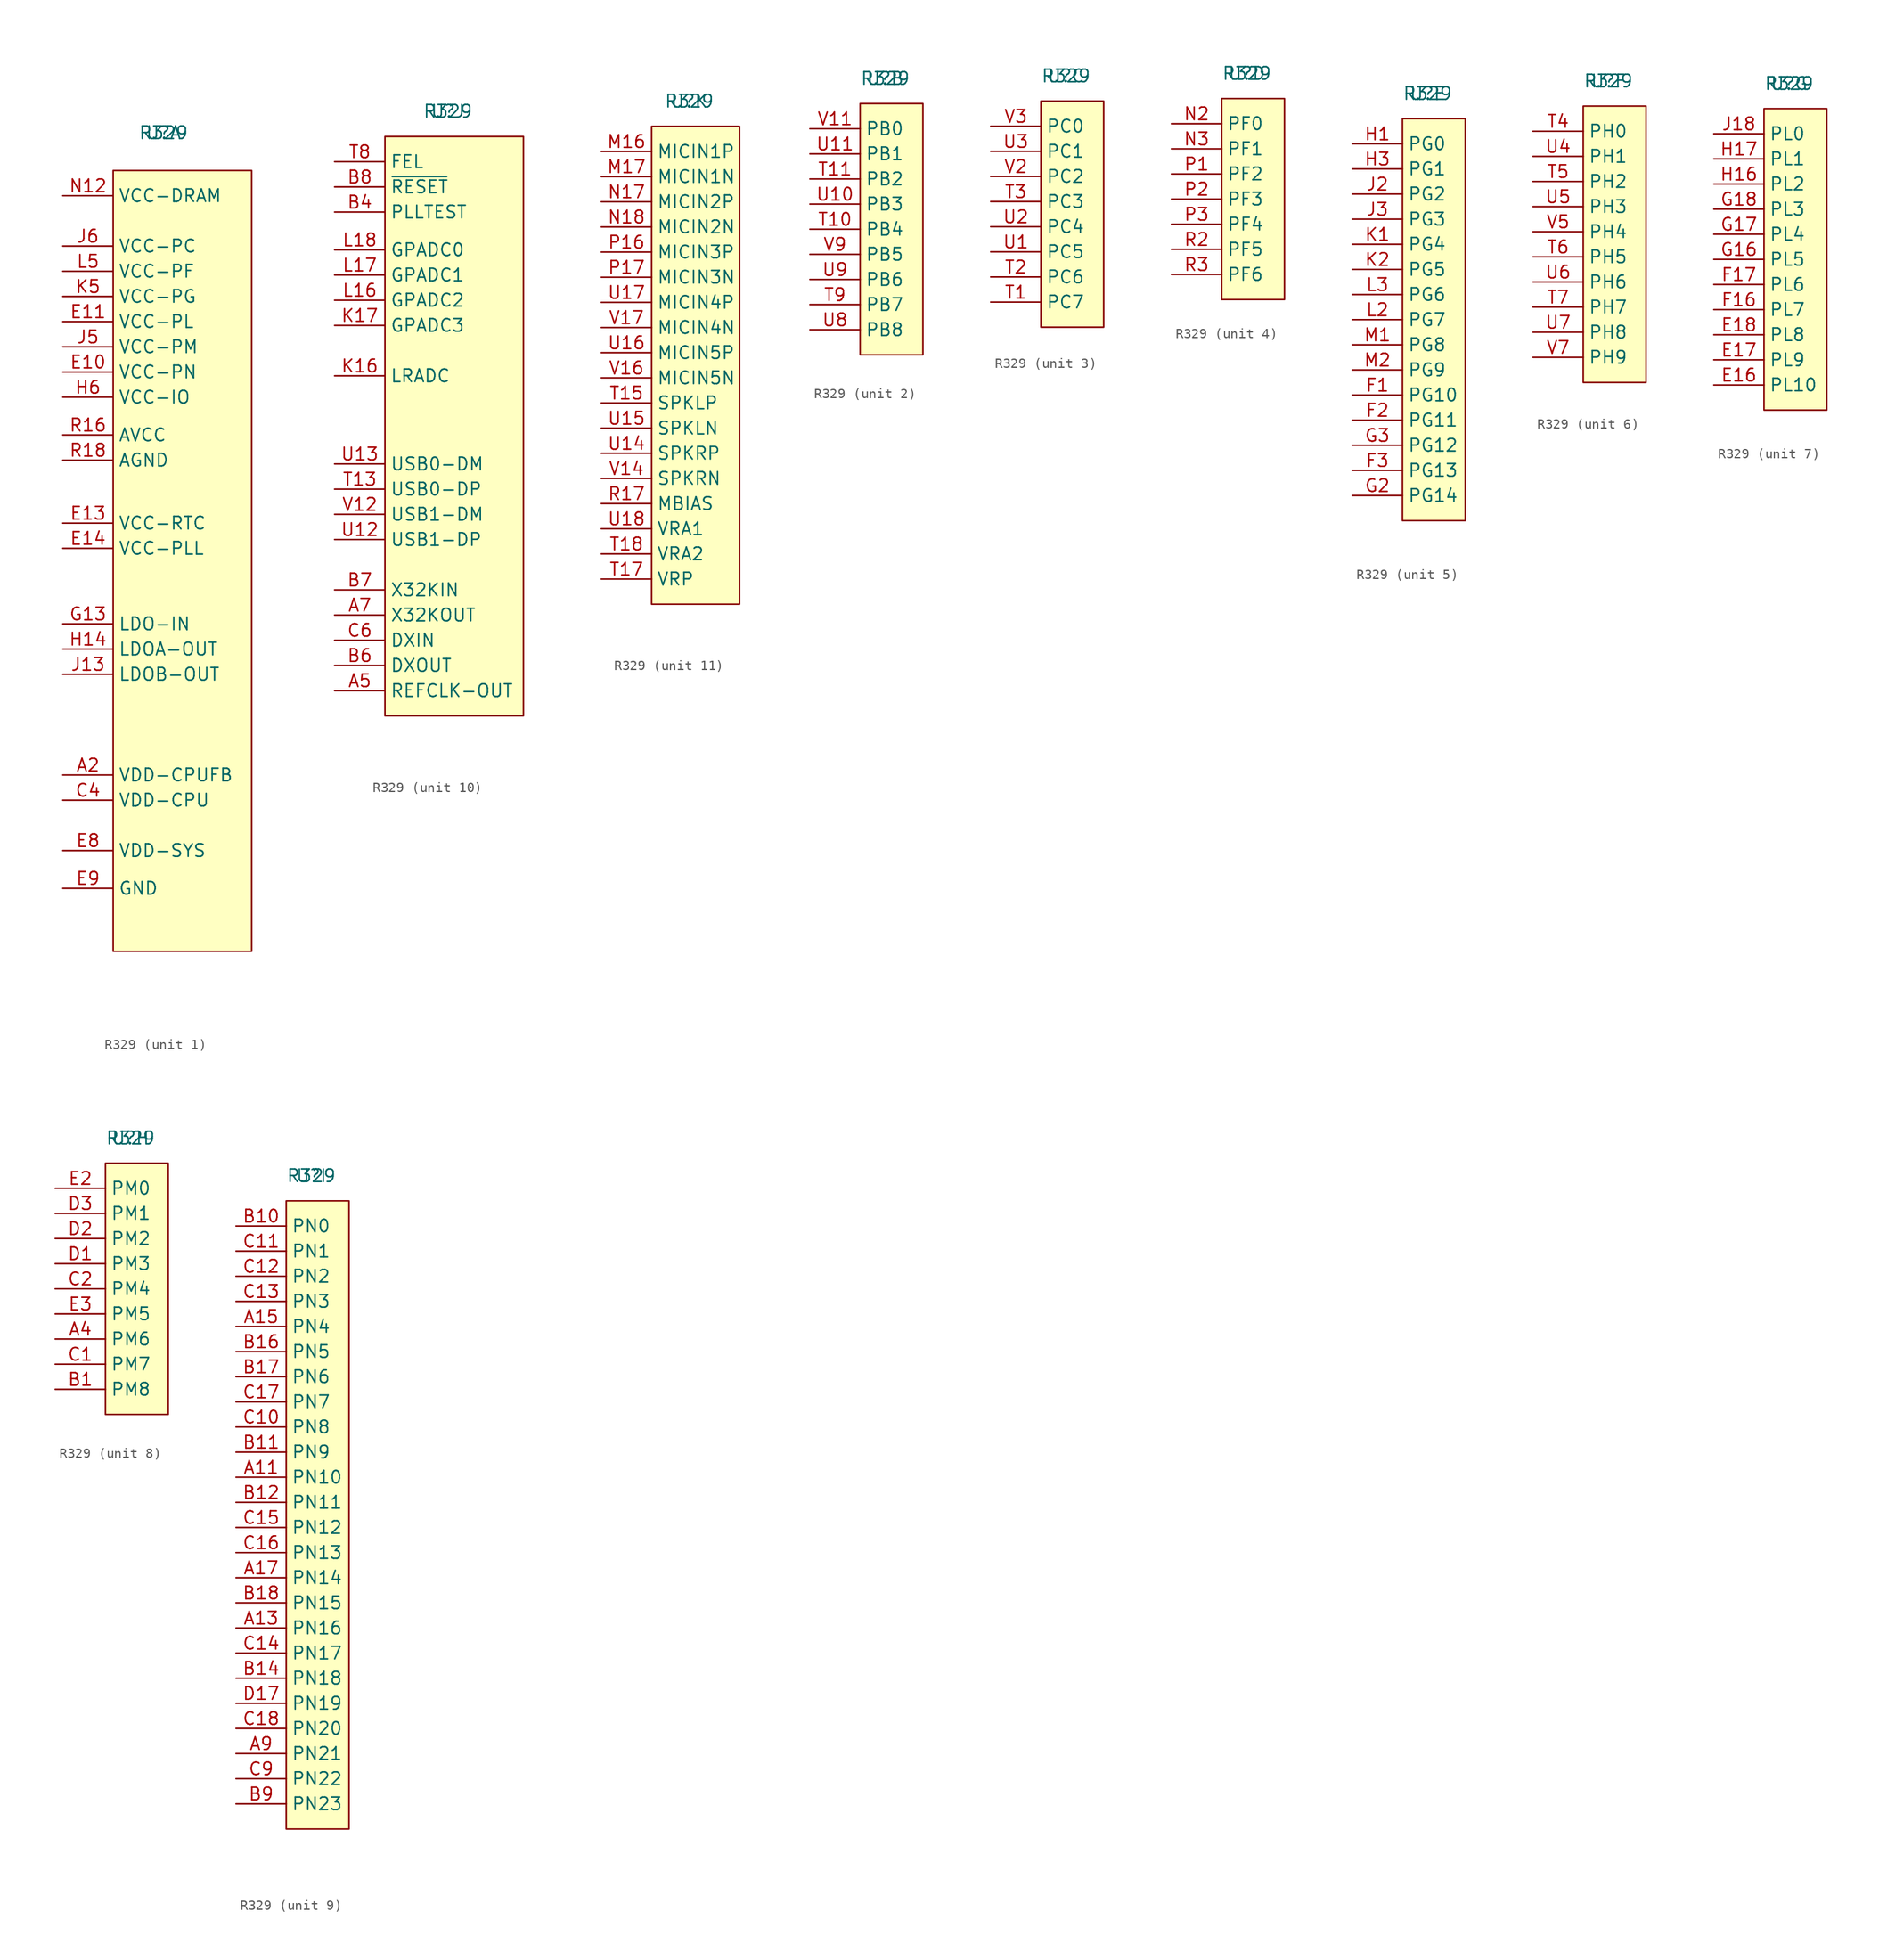
<source format=kicad_sym>
(kicad_symbol_lib
  (version 20211014)
  (generator kicad_symbol_editor)
  (symbol "R329"
    (property "Reference" "U"
      (at 0 2.54 0)
      (effects (font (size 1.27 1.27))))
    (property "Value" "R329"
      (at 0 2.54 0)
      (effects (font (size 1.27 1.27))))
    (property "ki_locked" ""
      (at 0 0 0)
      (effects (font (size 1.27 1.27))))
    (symbol "R329_1_1"
      (rectangle (start -5.08 -1.27) (end 8.89 -80.01) (stroke (width 0.152) (type default) (color 0 0 0 0)) (fill (type background)))
      (pin passive line (at -10.16 -76.2 0) (length 5.08) hide (name "GND" (effects (font (size 1.27 1.27)))) (number "A1" (effects (font (size 1.27 1.27)))))
      (pin passive line (at -10.16 -76.2 0) (length 5.08) hide (name "GND" (effects (font (size 1.27 1.27)))) (number "A18" (effects (font (size 1.27 1.27)))))
      (pin passive line (at -10.16 -62.23 0) (length 5.08) (name "VDD-CPUFB" (effects (font (size 1.27 1.27)))) (number "A2" (effects (font (size 1.27 1.27)))))
      (pin passive line (at -10.16 -64.77 0) (length 5.08) hide (name "VDD-CPU" (effects (font (size 1.27 1.27)))) (number "A3" (effects (font (size 1.27 1.27)))))
      (pin passive line (at -10.16 -76.2 0) (length 5.08) hide (name "GND" (effects (font (size 1.27 1.27)))) (number "B13" (effects (font (size 1.27 1.27)))))
      (pin passive line (at -10.16 -76.2 0) (length 5.08) hide (name "GND" (effects (font (size 1.27 1.27)))) (number "B15" (effects (font (size 1.27 1.27)))))
      (pin passive line (at -10.16 -76.2 0) (length 5.08) hide (name "GND" (effects (font (size 1.27 1.27)))) (number "B2" (effects (font (size 1.27 1.27)))))
      (pin passive line (at -10.16 -64.77 0) (length 5.08) hide (name "VDD-CPU" (effects (font (size 1.27 1.27)))) (number "B3" (effects (font (size 1.27 1.27)))))
      (pin passive line (at -10.16 -76.2 0) (length 5.08) hide (name "GND" (effects (font (size 1.27 1.27)))) (number "B5" (effects (font (size 1.27 1.27)))))
      (pin passive line (at -10.16 -64.77 0) (length 5.08) hide (name "VDD-CPU" (effects (font (size 1.27 1.27)))) (number "C3" (effects (font (size 1.27 1.27)))))
      (pin passive line (at -10.16 -64.77 0) (length 5.08) (name "VDD-CPU" (effects (font (size 1.27 1.27)))) (number "C4" (effects (font (size 1.27 1.27)))))
      (pin passive line (at -10.16 -76.2 0) (length 5.08) hide (name "GND" (effects (font (size 1.27 1.27)))) (number "C5" (effects (font (size 1.27 1.27)))))
      (pin passive line (at -10.16 -76.2 0) (length 5.08) hide (name "GND" (effects (font (size 1.27 1.27)))) (number "C7" (effects (font (size 1.27 1.27)))))
      (pin passive line (at -10.16 -76.2 0) (length 5.08) hide (name "GND" (effects (font (size 1.27 1.27)))) (number "C8" (effects (font (size 1.27 1.27)))))
      (pin passive line (at -10.16 -76.2 0) (length 5.08) hide (name "GND" (effects (font (size 1.27 1.27)))) (number "D16" (effects (font (size 1.27 1.27)))))
      (pin passive line (at -10.16 -64.77 0) (length 5.08) hide (name "VDD-CPU" (effects (font (size 1.27 1.27)))) (number "D4" (effects (font (size 1.27 1.27)))))
      (pin passive line (at -10.16 -21.59 0) (length 5.08) (name "VCC-PN" (effects (font (size 1.27 1.27)))) (number "E10" (effects (font (size 1.27 1.27)))))
      (pin passive line (at -10.16 -16.51 0) (length 5.08) (name "VCC-PL" (effects (font (size 1.27 1.27)))) (number "E11" (effects (font (size 1.27 1.27)))))
      (pin passive line (at -10.16 -76.2 0) (length 5.08) hide (name "GND" (effects (font (size 1.27 1.27)))) (number "E12" (effects (font (size 1.27 1.27)))))
      (pin passive line (at -10.16 -36.83 0) (length 5.08) (name "VCC-RTC" (effects (font (size 1.27 1.27)))) (number "E13" (effects (font (size 1.27 1.27)))))
      (pin passive line (at -10.16 -39.37 0) (length 5.08) (name "VCC-PLL" (effects (font (size 1.27 1.27)))) (number "E14" (effects (font (size 1.27 1.27)))))
      (pin passive line (at -10.16 -69.85 0) (length 5.08) hide (name "VDD-SYS" (effects (font (size 1.27 1.27)))) (number "E6" (effects (font (size 1.27 1.27)))))
      (pin passive line (at -10.16 -69.85 0) (length 5.08) hide (name "VDD-SYS" (effects (font (size 1.27 1.27)))) (number "E7" (effects (font (size 1.27 1.27)))))
      (pin passive line (at -10.16 -69.85 0) (length 5.08) (name "VDD-SYS" (effects (font (size 1.27 1.27)))) (number "E8" (effects (font (size 1.27 1.27)))))
      (pin passive line (at -10.16 -73.66 0) (length 5.08) (name "GND" (effects (font (size 1.27 1.27)))) (number "E9" (effects (font (size 1.27 1.27)))))
      (pin passive line (at -10.16 -73.66 0) (length 5.08) hide (name "GND" (effects (font (size 1.27 1.27)))) (number "F11" (effects (font (size 1.27 1.27)))))
      (pin passive line (at -10.16 -73.66 0) (length 5.08) hide (name "GND" (effects (font (size 1.27 1.27)))) (number "F12" (effects (font (size 1.27 1.27)))))
      (pin passive line (at -10.16 -73.66 0) (length 5.08) hide (name "GND" (effects (font (size 1.27 1.27)))) (number "F13" (effects (font (size 1.27 1.27)))))
      (pin passive line (at -10.16 -73.66 0) (length 5.08) hide (name "GND" (effects (font (size 1.27 1.27)))) (number "F14" (effects (font (size 1.27 1.27)))))
      (pin passive line (at -10.16 -73.66 0) (length 5.08) hide (name "GND" (effects (font (size 1.27 1.27)))) (number "F5" (effects (font (size 1.27 1.27)))))
      (pin passive line (at -10.16 -73.66 0) (length 5.08) hide (name "GND" (effects (font (size 1.27 1.27)))) (number "F6" (effects (font (size 1.27 1.27)))))
      (pin passive line (at -10.16 -73.66 0) (length 5.08) hide (name "GND" (effects (font (size 1.27 1.27)))) (number "F7" (effects (font (size 1.27 1.27)))))
      (pin passive line (at -10.16 -73.66 0) (length 5.08) hide (name "GND" (effects (font (size 1.27 1.27)))) (number "F8" (effects (font (size 1.27 1.27)))))
      (pin passive line (at -10.16 -73.66 0) (length 5.08) hide (name "GND" (effects (font (size 1.27 1.27)))) (number "F9" (effects (font (size 1.27 1.27)))))
      (pin passive line (at -10.16 -73.66 0) (length 5.08) hide (name "GND" (effects (font (size 1.27 1.27)))) (number "G11" (effects (font (size 1.27 1.27)))))
      (pin passive line (at -10.16 -73.66 0) (length 5.08) hide (name "GND" (effects (font (size 1.27 1.27)))) (number "G12" (effects (font (size 1.27 1.27)))))
      (pin passive line (at -10.16 -46.99 0) (length 5.08) (name "LDO-IN" (effects (font (size 1.27 1.27)))) (number "G13" (effects (font (size 1.27 1.27)))))
      (pin passive line (at -10.16 -73.66 0) (length 5.08) hide (name "GND" (effects (font (size 1.27 1.27)))) (number "G5" (effects (font (size 1.27 1.27)))))
      (pin passive line (at -10.16 -73.66 0) (length 5.08) hide (name "GND" (effects (font (size 1.27 1.27)))) (number "G6" (effects (font (size 1.27 1.27)))))
      (pin passive line (at -10.16 -73.66 0) (length 5.08) hide (name "GND" (effects (font (size 1.27 1.27)))) (number "G7" (effects (font (size 1.27 1.27)))))
      (pin passive line (at -10.16 -73.66 0) (length 5.08) hide (name "GND" (effects (font (size 1.27 1.27)))) (number "G8" (effects (font (size 1.27 1.27)))))
      (pin passive line (at -10.16 -73.66 0) (length 5.08) hide (name "GND" (effects (font (size 1.27 1.27)))) (number "G9" (effects (font (size 1.27 1.27)))))
      (pin passive line (at -10.16 -49.53 0) (length 5.08) (name "LDOA-OUT" (effects (font (size 1.27 1.27)))) (number "H14" (effects (font (size 1.27 1.27)))))
      (pin passive line (at -10.16 -73.66 0) (length 5.08) hide (name "GND" (effects (font (size 1.27 1.27)))) (number "H2" (effects (font (size 1.27 1.27)))))
      (pin passive line (at -10.16 -24.13 0) (length 5.08) (name "VCC-IO" (effects (font (size 1.27 1.27)))) (number "H6" (effects (font (size 1.27 1.27)))))
      (pin passive line (at -10.16 -73.66 0) (length 5.08) hide (name "GND" (effects (font (size 1.27 1.27)))) (number "J11" (effects (font (size 1.27 1.27)))))
      (pin passive line (at -10.16 -52.07 0) (length 5.08) (name "LDOB-OUT" (effects (font (size 1.27 1.27)))) (number "J13" (effects (font (size 1.27 1.27)))))
      (pin passive line (at -10.16 -73.66 0) (length 5.08) hide (name "GND" (effects (font (size 1.27 1.27)))) (number "J16" (effects (font (size 1.27 1.27)))))
      (pin passive line (at -10.16 -73.66 0) (length 5.08) hide (name "GND" (effects (font (size 1.27 1.27)))) (number "J17" (effects (font (size 1.27 1.27)))))
      (pin passive line (at -10.16 -19.05 0) (length 5.08) (name "VCC-PM" (effects (font (size 1.27 1.27)))) (number "J5" (effects (font (size 1.27 1.27)))))
      (pin passive line (at -10.16 -8.89 0) (length 5.08) (name "VCC-PC" (effects (font (size 1.27 1.27)))) (number "J6" (effects (font (size 1.27 1.27)))))
      (pin passive line (at -10.16 -73.66 0) (length 5.08) hide (name "GND" (effects (font (size 1.27 1.27)))) (number "J7" (effects (font (size 1.27 1.27)))))
      (pin passive line (at -10.16 -73.66 0) (length 5.08) hide (name "GND" (effects (font (size 1.27 1.27)))) (number "J8" (effects (font (size 1.27 1.27)))))
      (pin passive line (at -10.16 -3.81 0) (length 5.08) hide (name "VCC-DRAM" (effects (font (size 1.27 1.27)))) (number "K11" (effects (font (size 1.27 1.27)))))
      (pin passive line (at -10.16 -3.81 0) (length 5.08) hide (name "VCC-DRAM" (effects (font (size 1.27 1.27)))) (number "K12" (effects (font (size 1.27 1.27)))))
      (pin passive line (at -10.16 -73.66 0) (length 5.08) hide (name "GND" (effects (font (size 1.27 1.27)))) (number "K13" (effects (font (size 1.27 1.27)))))
      (pin passive line (at -10.16 -73.66 0) (length 5.08) hide (name "GND" (effects (font (size 1.27 1.27)))) (number "K14" (effects (font (size 1.27 1.27)))))
      (pin passive line (at -10.16 -73.66 0) (length 5.08) hide (name "GND" (effects (font (size 1.27 1.27)))) (number "K3" (effects (font (size 1.27 1.27)))))
      (pin passive line (at -10.16 -13.97 0) (length 5.08) (name "VCC-PG" (effects (font (size 1.27 1.27)))) (number "K5" (effects (font (size 1.27 1.27)))))
      (pin passive line (at -10.16 -73.66 0) (length 5.08) hide (name "GND" (effects (font (size 1.27 1.27)))) (number "L10" (effects (font (size 1.27 1.27)))))
      (pin passive line (at -10.16 -73.66 0) (length 5.08) hide (name "GND" (effects (font (size 1.27 1.27)))) (number "L11" (effects (font (size 1.27 1.27)))))
      (pin passive line (at -10.16 -3.81 0) (length 5.08) hide (name "VCC-DRAM" (effects (font (size 1.27 1.27)))) (number "L12" (effects (font (size 1.27 1.27)))))
      (pin passive line (at -10.16 -73.66 0) (length 5.08) hide (name "GND" (effects (font (size 1.27 1.27)))) (number "L14" (effects (font (size 1.27 1.27)))))
      (pin passive line (at -10.16 -11.43 0) (length 5.08) (name "VCC-PF" (effects (font (size 1.27 1.27)))) (number "L5" (effects (font (size 1.27 1.27)))))
      (pin passive line (at -10.16 -73.66 0) (length 5.08) hide (name "GND" (effects (font (size 1.27 1.27)))) (number "L9" (effects (font (size 1.27 1.27)))))
      (pin passive line (at -10.16 -73.66 0) (length 5.08) hide (name "GND" (effects (font (size 1.27 1.27)))) (number "M10" (effects (font (size 1.27 1.27)))))
      (pin passive line (at -10.16 -73.66 0) (length 5.08) hide (name "GND" (effects (font (size 1.27 1.27)))) (number "M11" (effects (font (size 1.27 1.27)))))
      (pin passive line (at -10.16 -3.81 0) (length 5.08) hide (name "VCC-DRAM" (effects (font (size 1.27 1.27)))) (number "M12" (effects (font (size 1.27 1.27)))))
      (pin passive line (at -10.16 -73.66 0) (length 5.08) hide (name "GND" (effects (font (size 1.27 1.27)))) (number "M13" (effects (font (size 1.27 1.27)))))
      (pin passive line (at -10.16 -73.66 0) (length 5.08) hide (name "GND" (effects (font (size 1.27 1.27)))) (number "M14" (effects (font (size 1.27 1.27)))))
      (pin passive line (at -10.16 -73.66 0) (length 5.08) hide (name "GND" (effects (font (size 1.27 1.27)))) (number "M3" (effects (font (size 1.27 1.27)))))
      (pin passive line (at -10.16 -73.66 0) (length 5.08) hide (name "GND" (effects (font (size 1.27 1.27)))) (number "M5" (effects (font (size 1.27 1.27)))))
      (pin passive line (at -10.16 -73.66 0) (length 5.08) hide (name "GND" (effects (font (size 1.27 1.27)))) (number "M7" (effects (font (size 1.27 1.27)))))
      (pin passive line (at -10.16 -73.66 0) (length 5.08) hide (name "GND" (effects (font (size 1.27 1.27)))) (number "M8" (effects (font (size 1.27 1.27)))))
      (pin passive line (at -10.16 -73.66 0) (length 5.08) hide (name "GND" (effects (font (size 1.27 1.27)))) (number "M9" (effects (font (size 1.27 1.27)))))
      (pin passive line (at -10.16 -73.66 0) (length 5.08) hide (name "GND" (effects (font (size 1.27 1.27)))) (number "N10" (effects (font (size 1.27 1.27)))))
      (pin passive line (at -10.16 -73.66 0) (length 5.08) hide (name "GND" (effects (font (size 1.27 1.27)))) (number "N11" (effects (font (size 1.27 1.27)))))
      (pin passive line (at -10.16 -3.81 0) (length 5.08) (name "VCC-DRAM" (effects (font (size 1.27 1.27)))) (number "N12" (effects (font (size 1.27 1.27)))))
      (pin passive line (at -10.16 -73.66 0) (length 5.08) hide (name "GND" (effects (font (size 1.27 1.27)))) (number "N13" (effects (font (size 1.27 1.27)))))
      (pin passive line (at -10.16 -73.66 0) (length 5.08) hide (name "GND" (effects (font (size 1.27 1.27)))) (number "N14" (effects (font (size 1.27 1.27)))))
      (pin passive line (at -10.16 -73.66 0) (length 5.08) hide (name "GND" (effects (font (size 1.27 1.27)))) (number "N16" (effects (font (size 1.27 1.27)))))
      (pin passive line (at -10.16 -73.66 0) (length 5.08) hide (name "GND" (effects (font (size 1.27 1.27)))) (number "N5" (effects (font (size 1.27 1.27)))))
      (pin passive line (at -10.16 -73.66 0) (length 5.08) hide (name "GND" (effects (font (size 1.27 1.27)))) (number "N6" (effects (font (size 1.27 1.27)))))
      (pin passive line (at -10.16 -73.66 0) (length 5.08) hide (name "GND" (effects (font (size 1.27 1.27)))) (number "N7" (effects (font (size 1.27 1.27)))))
      (pin passive line (at -10.16 -73.66 0) (length 5.08) hide (name "GND" (effects (font (size 1.27 1.27)))) (number "N8" (effects (font (size 1.27 1.27)))))
      (pin passive line (at -10.16 -73.66 0) (length 5.08) hide (name "GND" (effects (font (size 1.27 1.27)))) (number "N9" (effects (font (size 1.27 1.27)))))
      (pin passive line (at -10.16 -3.81 0) (length 5.08) hide (name "VCC-DRAM" (effects (font (size 1.27 1.27)))) (number "P11" (effects (font (size 1.27 1.27)))))
      (pin passive line (at -10.16 -3.81 0) (length 5.08) hide (name "VCC-DRAM" (effects (font (size 1.27 1.27)))) (number "P12" (effects (font (size 1.27 1.27)))))
      (pin passive line (at -10.16 -73.66 0) (length 5.08) hide (name "GND" (effects (font (size 1.27 1.27)))) (number "P13" (effects (font (size 1.27 1.27)))))
      (pin passive line (at -10.16 -73.66 0) (length 5.08) hide (name "GND" (effects (font (size 1.27 1.27)))) (number "P14" (effects (font (size 1.27 1.27)))))
      (pin passive line (at -10.16 -73.66 0) (length 5.08) hide (name "GND" (effects (font (size 1.27 1.27)))) (number "P5" (effects (font (size 1.27 1.27)))))
      (pin passive line (at -10.16 -73.66 0) (length 5.08) hide (name "GND" (effects (font (size 1.27 1.27)))) (number "P6" (effects (font (size 1.27 1.27)))))
      (pin passive line (at -10.16 -73.66 0) (length 5.08) hide (name "GND" (effects (font (size 1.27 1.27)))) (number "P7" (effects (font (size 1.27 1.27)))))
      (pin passive line (at -10.16 -73.66 0) (length 5.08) hide (name "GND" (effects (font (size 1.27 1.27)))) (number "P8" (effects (font (size 1.27 1.27)))))
      (pin passive line (at -10.16 -73.66 0) (length 5.08) hide (name "GND" (effects (font (size 1.27 1.27)))) (number "P9" (effects (font (size 1.27 1.27)))))
      (pin passive line (at -10.16 -27.94 0) (length 5.08) (name "AVCC" (effects (font (size 1.27 1.27)))) (number "R16" (effects (font (size 1.27 1.27)))))
      (pin passive line (at -10.16 -30.48 0) (length 5.08) (name "AGND" (effects (font (size 1.27 1.27)))) (number "R18" (effects (font (size 1.27 1.27)))))
      (pin passive line (at -10.16 -73.66 0) (length 5.08) hide (name "GND" (effects (font (size 1.27 1.27)))) (number "T12" (effects (font (size 1.27 1.27)))))
      (pin passive line (at -10.16 -76.2 0) (length 5.08) hide (name "GND" (effects (font (size 1.27 1.27)))) (number "T14" (effects (font (size 1.27 1.27)))))
      (pin passive line (at -10.16 -76.2 0) (length 5.08) hide (name "GND" (effects (font (size 1.27 1.27)))) (number "T16" (effects (font (size 1.27 1.27)))))
      (pin passive line (at -10.16 -76.2 0) (length 5.08) hide (name "GND" (effects (font (size 1.27 1.27)))) (number "V1" (effects (font (size 1.27 1.27)))))
      (pin passive line (at -10.16 -76.2 0) (length 5.08) hide (name "GND" (effects (font (size 1.27 1.27)))) (number "V18" (effects (font (size 1.27 1.27))))))
    (symbol "R329_2_0"
      (pin passive line (at -7.62 -12.7 0) (length 5.08) (name "PB4" (effects (font (size 1.27 1.27)))) (number "T10" (effects (font (size 1.27 1.27)))))
      (pin passive line (at -7.62 -7.62 0) (length 5.08) (name "PB2" (effects (font (size 1.27 1.27)))) (number "T11" (effects (font (size 1.27 1.27)))))
      (pin passive line (at -7.62 -20.32 0) (length 5.08) (name "PB7" (effects (font (size 1.27 1.27)))) (number "T9" (effects (font (size 1.27 1.27)))))
      (pin passive line (at -7.62 -10.16 0) (length 5.08) (name "PB3" (effects (font (size 1.27 1.27)))) (number "U10" (effects (font (size 1.27 1.27)))))
      (pin passive line (at -7.62 -5.08 0) (length 5.08) (name "PB1" (effects (font (size 1.27 1.27)))) (number "U11" (effects (font (size 1.27 1.27)))))
      (pin passive line (at -7.62 -22.86 0) (length 5.08) (name "PB8" (effects (font (size 1.27 1.27)))) (number "U8" (effects (font (size 1.27 1.27)))))
      (pin passive line (at -7.62 -17.78 0) (length 5.08) (name "PB6" (effects (font (size 1.27 1.27)))) (number "U9" (effects (font (size 1.27 1.27)))))
      (pin passive line (at -7.62 -2.54 0) (length 5.08) (name "PB0" (effects (font (size 1.27 1.27)))) (number "V11" (effects (font (size 1.27 1.27)))))
      (pin passive line (at -7.62 -15.24 0) (length 5.08) (name "PB5" (effects (font (size 1.27 1.27)))) (number "V9" (effects (font (size 1.27 1.27))))))
    (symbol "R329_2_1"
      (rectangle (start -2.54 0) (end 3.81 -25.4) (stroke (width 0.152) (type default) (color 0 0 0 0)) (fill (type background))))
    (symbol "R329_3_0"
      (pin passive line (at -7.62 -20.32 0) (length 5.08) (name "PC7" (effects (font (size 1.27 1.27)))) (number "T1" (effects (font (size 1.27 1.27)))))
      (pin passive line (at -7.62 -17.78 0) (length 5.08) (name "PC6" (effects (font (size 1.27 1.27)))) (number "T2" (effects (font (size 1.27 1.27)))))
      (pin passive line (at -7.62 -10.16 0) (length 5.08) (name "PC3" (effects (font (size 1.27 1.27)))) (number "T3" (effects (font (size 1.27 1.27)))))
      (pin passive line (at -7.62 -15.24 0) (length 5.08) (name "PC5" (effects (font (size 1.27 1.27)))) (number "U1" (effects (font (size 1.27 1.27)))))
      (pin passive line (at -7.62 -12.7 0) (length 5.08) (name "PC4" (effects (font (size 1.27 1.27)))) (number "U2" (effects (font (size 1.27 1.27)))))
      (pin passive line (at -7.62 -5.08 0) (length 5.08) (name "PC1" (effects (font (size 1.27 1.27)))) (number "U3" (effects (font (size 1.27 1.27)))))
      (pin passive line (at -7.62 -7.62 0) (length 5.08) (name "PC2" (effects (font (size 1.27 1.27)))) (number "V2" (effects (font (size 1.27 1.27)))))
      (pin passive line (at -7.62 -2.54 0) (length 5.08) (name "PC0" (effects (font (size 1.27 1.27)))) (number "V3" (effects (font (size 1.27 1.27))))))
    (symbol "R329_3_1"
      (rectangle (start -2.54 0) (end 3.81 -22.86) (stroke (width 0.152) (type default) (color 0 0 0 0)) (fill (type background))))
    (symbol "R329_4_0"
      (pin passive line (at -7.62 -2.54 0) (length 5.08) (name "PF0" (effects (font (size 1.27 1.27)))) (number "N2" (effects (font (size 1.27 1.27)))))
      (pin passive line (at -7.62 -5.08 0) (length 5.08) (name "PF1" (effects (font (size 1.27 1.27)))) (number "N3" (effects (font (size 1.27 1.27)))))
      (pin passive line (at -7.62 -7.62 0) (length 5.08) (name "PF2" (effects (font (size 1.27 1.27)))) (number "P1" (effects (font (size 1.27 1.27)))))
      (pin passive line (at -7.62 -10.16 0) (length 5.08) (name "PF3" (effects (font (size 1.27 1.27)))) (number "P2" (effects (font (size 1.27 1.27)))))
      (pin passive line (at -7.62 -12.7 0) (length 5.08) (name "PF4" (effects (font (size 1.27 1.27)))) (number "P3" (effects (font (size 1.27 1.27)))))
      (pin passive line (at -7.62 -15.24 0) (length 5.08) (name "PF5" (effects (font (size 1.27 1.27)))) (number "R2" (effects (font (size 1.27 1.27)))))
      (pin passive line (at -7.62 -17.78 0) (length 5.08) (name "PF6" (effects (font (size 1.27 1.27)))) (number "R3" (effects (font (size 1.27 1.27))))))
    (symbol "R329_4_1"
      (rectangle (start -2.54 0) (end 3.81 -20.32) (stroke (width 0.152) (type default) (color 0 0 0 0)) (fill (type background))))
    (symbol "R329_5_0"
      (pin passive line (at -7.62 -27.94 0) (length 5.08) (name "PG10" (effects (font (size 1.27 1.27)))) (number "F1" (effects (font (size 1.27 1.27)))))
      (pin passive line (at -7.62 -30.48 0) (length 5.08) (name "PG11" (effects (font (size 1.27 1.27)))) (number "F2" (effects (font (size 1.27 1.27)))))
      (pin passive line (at -7.62 -35.56 0) (length 5.08) (name "PG13" (effects (font (size 1.27 1.27)))) (number "F3" (effects (font (size 1.27 1.27)))))
      (pin passive line (at -7.62 -38.1 0) (length 5.08) (name "PG14" (effects (font (size 1.27 1.27)))) (number "G2" (effects (font (size 1.27 1.27)))))
      (pin passive line (at -7.62 -33.02 0) (length 5.08) (name "PG12" (effects (font (size 1.27 1.27)))) (number "G3" (effects (font (size 1.27 1.27)))))
      (pin passive line (at -7.62 -2.54 0) (length 5.08) (name "PG0" (effects (font (size 1.27 1.27)))) (number "H1" (effects (font (size 1.27 1.27)))))
      (pin passive line (at -7.62 -5.08 0) (length 5.08) (name "PG1" (effects (font (size 1.27 1.27)))) (number "H3" (effects (font (size 1.27 1.27)))))
      (pin passive line (at -7.62 -7.62 0) (length 5.08) (name "PG2" (effects (font (size 1.27 1.27)))) (number "J2" (effects (font (size 1.27 1.27)))))
      (pin passive line (at -7.62 -10.16 0) (length 5.08) (name "PG3" (effects (font (size 1.27 1.27)))) (number "J3" (effects (font (size 1.27 1.27)))))
      (pin passive line (at -7.62 -12.7 0) (length 5.08) (name "PG4" (effects (font (size 1.27 1.27)))) (number "K1" (effects (font (size 1.27 1.27)))))
      (pin passive line (at -7.62 -15.24 0) (length 5.08) (name "PG5" (effects (font (size 1.27 1.27)))) (number "K2" (effects (font (size 1.27 1.27)))))
      (pin passive line (at -7.62 -20.32 0) (length 5.08) (name "PG7" (effects (font (size 1.27 1.27)))) (number "L2" (effects (font (size 1.27 1.27)))))
      (pin passive line (at -7.62 -17.78 0) (length 5.08) (name "PG6" (effects (font (size 1.27 1.27)))) (number "L3" (effects (font (size 1.27 1.27)))))
      (pin passive line (at -7.62 -22.86 0) (length 5.08) (name "PG8" (effects (font (size 1.27 1.27)))) (number "M1" (effects (font (size 1.27 1.27)))))
      (pin passive line (at -7.62 -25.4 0) (length 5.08) (name "PG9" (effects (font (size 1.27 1.27)))) (number "M2" (effects (font (size 1.27 1.27))))))
    (symbol "R329_5_1"
      (rectangle (start -2.54 0) (end 3.81 -40.64) (stroke (width 0.152) (type default) (color 0 0 0 0)) (fill (type background))))
    (symbol "R329_6_0"
      (pin passive line (at -7.62 -2.54 0) (length 5.08) (name "PH0" (effects (font (size 1.27 1.27)))) (number "T4" (effects (font (size 1.27 1.27)))))
      (pin passive line (at -7.62 -7.62 0) (length 5.08) (name "PH2" (effects (font (size 1.27 1.27)))) (number "T5" (effects (font (size 1.27 1.27)))))
      (pin passive line (at -7.62 -15.24 0) (length 5.08) (name "PH5" (effects (font (size 1.27 1.27)))) (number "T6" (effects (font (size 1.27 1.27)))))
      (pin passive line (at -7.62 -20.32 0) (length 5.08) (name "PH7" (effects (font (size 1.27 1.27)))) (number "T7" (effects (font (size 1.27 1.27)))))
      (pin passive line (at -7.62 -5.08 0) (length 5.08) (name "PH1" (effects (font (size 1.27 1.27)))) (number "U4" (effects (font (size 1.27 1.27)))))
      (pin passive line (at -7.62 -10.16 0) (length 5.08) (name "PH3" (effects (font (size 1.27 1.27)))) (number "U5" (effects (font (size 1.27 1.27)))))
      (pin passive line (at -7.62 -17.78 0) (length 5.08) (name "PH6" (effects (font (size 1.27 1.27)))) (number "U6" (effects (font (size 1.27 1.27)))))
      (pin passive line (at -7.62 -22.86 0) (length 5.08) (name "PH8" (effects (font (size 1.27 1.27)))) (number "U7" (effects (font (size 1.27 1.27)))))
      (pin passive line (at -7.62 -12.7 0) (length 5.08) (name "PH4" (effects (font (size 1.27 1.27)))) (number "V5" (effects (font (size 1.27 1.27)))))
      (pin passive line (at -7.62 -25.4 0) (length 5.08) (name "PH9" (effects (font (size 1.27 1.27)))) (number "V7" (effects (font (size 1.27 1.27))))))
    (symbol "R329_6_1"
      (rectangle (start -2.54 0) (end 3.81 -27.94) (stroke (width 0.152) (type default) (color 0 0 0 0)) (fill (type background))))
    (symbol "R329_7_0"
      (pin passive line (at -7.62 -27.94 0) (length 5.08) (name "PL10" (effects (font (size 1.27 1.27)))) (number "E16" (effects (font (size 1.27 1.27)))))
      (pin passive line (at -7.62 -25.4 0) (length 5.08) (name "PL9" (effects (font (size 1.27 1.27)))) (number "E17" (effects (font (size 1.27 1.27)))))
      (pin passive line (at -7.62 -22.86 0) (length 5.08) (name "PL8" (effects (font (size 1.27 1.27)))) (number "E18" (effects (font (size 1.27 1.27)))))
      (pin passive line (at -7.62 -20.32 0) (length 5.08) (name "PL7" (effects (font (size 1.27 1.27)))) (number "F16" (effects (font (size 1.27 1.27)))))
      (pin passive line (at -7.62 -17.78 0) (length 5.08) (name "PL6" (effects (font (size 1.27 1.27)))) (number "F17" (effects (font (size 1.27 1.27)))))
      (pin passive line (at -7.62 -15.24 0) (length 5.08) (name "PL5" (effects (font (size 1.27 1.27)))) (number "G16" (effects (font (size 1.27 1.27)))))
      (pin passive line (at -7.62 -12.7 0) (length 5.08) (name "PL4" (effects (font (size 1.27 1.27)))) (number "G17" (effects (font (size 1.27 1.27)))))
      (pin passive line (at -7.62 -10.16 0) (length 5.08) (name "PL3" (effects (font (size 1.27 1.27)))) (number "G18" (effects (font (size 1.27 1.27)))))
      (pin passive line (at -7.62 -7.62 0) (length 5.08) (name "PL2" (effects (font (size 1.27 1.27)))) (number "H16" (effects (font (size 1.27 1.27)))))
      (pin passive line (at -7.62 -5.08 0) (length 5.08) (name "PL1" (effects (font (size 1.27 1.27)))) (number "H17" (effects (font (size 1.27 1.27)))))
      (pin passive line (at -7.62 -2.54 0) (length 5.08) (name "PL0" (effects (font (size 1.27 1.27)))) (number "J18" (effects (font (size 1.27 1.27))))))
    (symbol "R329_7_1"
      (rectangle (start -2.54 0) (end 3.81 -30.48) (stroke (width 0.152) (type default) (color 0 0 0 0)) (fill (type background))))
    (symbol "R329_8_0"
      (pin passive line (at -7.62 -17.78 0) (length 5.08) (name "PM6" (effects (font (size 1.27 1.27)))) (number "A4" (effects (font (size 1.27 1.27)))))
      (pin passive line (at -7.62 -22.86 0) (length 5.08) (name "PM8" (effects (font (size 1.27 1.27)))) (number "B1" (effects (font (size 1.27 1.27)))))
      (pin passive line (at -7.62 -20.32 0) (length 5.08) (name "PM7" (effects (font (size 1.27 1.27)))) (number "C1" (effects (font (size 1.27 1.27)))))
      (pin passive line (at -7.62 -12.7 0) (length 5.08) (name "PM4" (effects (font (size 1.27 1.27)))) (number "C2" (effects (font (size 1.27 1.27)))))
      (pin passive line (at -7.62 -10.16 0) (length 5.08) (name "PM3" (effects (font (size 1.27 1.27)))) (number "D1" (effects (font (size 1.27 1.27)))))
      (pin passive line (at -7.62 -7.62 0) (length 5.08) (name "PM2" (effects (font (size 1.27 1.27)))) (number "D2" (effects (font (size 1.27 1.27)))))
      (pin passive line (at -7.62 -5.08 0) (length 5.08) (name "PM1" (effects (font (size 1.27 1.27)))) (number "D3" (effects (font (size 1.27 1.27)))))
      (pin passive line (at -7.62 -2.54 0) (length 5.08) (name "PM0" (effects (font (size 1.27 1.27)))) (number "E2" (effects (font (size 1.27 1.27)))))
      (pin passive line (at -7.62 -15.24 0) (length 5.08) (name "PM5" (effects (font (size 1.27 1.27)))) (number "E3" (effects (font (size 1.27 1.27))))))
    (symbol "R329_8_1"
      (rectangle (start -2.54 0) (end 3.81 -25.4) (stroke (width 0.152) (type default) (color 0 0 0 0)) (fill (type background))))
    (symbol "R329_9_0"
      (pin passive line (at -7.62 -27.94 0) (length 5.08) (name "PN10" (effects (font (size 1.27 1.27)))) (number "A11" (effects (font (size 1.27 1.27)))))
      (pin passive line (at -7.62 -43.18 0) (length 5.08) (name "PN16" (effects (font (size 1.27 1.27)))) (number "A13" (effects (font (size 1.27 1.27)))))
      (pin passive line (at -7.62 -12.7 0) (length 5.08) (name "PN4" (effects (font (size 1.27 1.27)))) (number "A15" (effects (font (size 1.27 1.27)))))
      (pin passive line (at -7.62 -38.1 0) (length 5.08) (name "PN14" (effects (font (size 1.27 1.27)))) (number "A17" (effects (font (size 1.27 1.27)))))
      (pin passive line (at -7.62 -55.88 0) (length 5.08) (name "PN21" (effects (font (size 1.27 1.27)))) (number "A9" (effects (font (size 1.27 1.27)))))
      (pin passive line (at -7.62 -2.54 0) (length 5.08) (name "PN0" (effects (font (size 1.27 1.27)))) (number "B10" (effects (font (size 1.27 1.27)))))
      (pin passive line (at -7.62 -25.4 0) (length 5.08) (name "PN9" (effects (font (size 1.27 1.27)))) (number "B11" (effects (font (size 1.27 1.27)))))
      (pin passive line (at -7.62 -30.48 0) (length 5.08) (name "PN11" (effects (font (size 1.27 1.27)))) (number "B12" (effects (font (size 1.27 1.27)))))
      (pin passive line (at -7.62 -48.26 0) (length 5.08) (name "PN18" (effects (font (size 1.27 1.27)))) (number "B14" (effects (font (size 1.27 1.27)))))
      (pin passive line (at -7.62 -15.24 0) (length 5.08) (name "PN5" (effects (font (size 1.27 1.27)))) (number "B16" (effects (font (size 1.27 1.27)))))
      (pin passive line (at -7.62 -17.78 0) (length 5.08) (name "PN6" (effects (font (size 1.27 1.27)))) (number "B17" (effects (font (size 1.27 1.27)))))
      (pin passive line (at -7.62 -40.64 0) (length 5.08) (name "PN15" (effects (font (size 1.27 1.27)))) (number "B18" (effects (font (size 1.27 1.27)))))
      (pin passive line (at -7.62 -60.96 0) (length 5.08) (name "PN23" (effects (font (size 1.27 1.27)))) (number "B9" (effects (font (size 1.27 1.27)))))
      (pin passive line (at -7.62 -22.86 0) (length 5.08) (name "PN8" (effects (font (size 1.27 1.27)))) (number "C10" (effects (font (size 1.27 1.27)))))
      (pin passive line (at -7.62 -5.08 0) (length 5.08) (name "PN1" (effects (font (size 1.27 1.27)))) (number "C11" (effects (font (size 1.27 1.27)))))
      (pin passive line (at -7.62 -7.62 0) (length 5.08) (name "PN2" (effects (font (size 1.27 1.27)))) (number "C12" (effects (font (size 1.27 1.27)))))
      (pin passive line (at -7.62 -10.16 0) (length 5.08) (name "PN3" (effects (font (size 1.27 1.27)))) (number "C13" (effects (font (size 1.27 1.27)))))
      (pin passive line (at -7.62 -45.72 0) (length 5.08) (name "PN17" (effects (font (size 1.27 1.27)))) (number "C14" (effects (font (size 1.27 1.27)))))
      (pin passive line (at -7.62 -33.02 0) (length 5.08) (name "PN12" (effects (font (size 1.27 1.27)))) (number "C15" (effects (font (size 1.27 1.27)))))
      (pin passive line (at -7.62 -35.56 0) (length 5.08) (name "PN13" (effects (font (size 1.27 1.27)))) (number "C16" (effects (font (size 1.27 1.27)))))
      (pin passive line (at -7.62 -20.32 0) (length 5.08) (name "PN7" (effects (font (size 1.27 1.27)))) (number "C17" (effects (font (size 1.27 1.27)))))
      (pin passive line (at -7.62 -53.34 0) (length 5.08) (name "PN20" (effects (font (size 1.27 1.27)))) (number "C18" (effects (font (size 1.27 1.27)))))
      (pin passive line (at -7.62 -58.42 0) (length 5.08) (name "PN22" (effects (font (size 1.27 1.27)))) (number "C9" (effects (font (size 1.27 1.27)))))
      (pin passive line (at -7.62 -50.8 0) (length 5.08) (name "PN19" (effects (font (size 1.27 1.27)))) (number "D17" (effects (font (size 1.27 1.27))))))
    (symbol "R329_9_1"
      (rectangle (start -2.54 0) (end 3.81 -63.5) (stroke (width 0.152) (type default) (color 0 0 0 0)) (fill (type background))))
    (symbol "R329_10_0"
      (pin passive line (at -11.43 -55.88 0) (length 5.08) (name "REFCLK-OUT" (effects (font (size 1.27 1.27)))) (number "A5" (effects (font (size 1.27 1.27)))))
      (pin passive line (at -11.43 -48.26 0) (length 5.08) (name "X32KOUT" (effects (font (size 1.27 1.27)))) (number "A7" (effects (font (size 1.27 1.27)))))
      (pin passive line (at -11.43 -7.62 0) (length 5.08) (name "PLLTEST" (effects (font (size 1.27 1.27)))) (number "B4" (effects (font (size 1.27 1.27)))))
      (pin passive line (at -11.43 -53.34 0) (length 5.08) (name "DXOUT" (effects (font (size 1.27 1.27)))) (number "B6" (effects (font (size 1.27 1.27)))))
      (pin passive line (at -11.43 -45.72 0) (length 5.08) (name "X32KIN" (effects (font (size 1.27 1.27)))) (number "B7" (effects (font (size 1.27 1.27)))))
      (pin passive line (at -11.43 -5.08 0) (length 5.08) (name "~{RESET}" (effects (font (size 1.27 1.27)))) (number "B8" (effects (font (size 1.27 1.27)))))
      (pin passive line (at -11.43 -50.8 0) (length 5.08) (name "DXIN" (effects (font (size 1.27 1.27)))) (number "C6" (effects (font (size 1.27 1.27)))))
      (pin passive line (at -11.43 -24.13 0) (length 5.08) (name "LRADC" (effects (font (size 1.27 1.27)))) (number "K16" (effects (font (size 1.27 1.27)))))
      (pin passive line (at -11.43 -19.05 0) (length 5.08) (name "GPADC3" (effects (font (size 1.27 1.27)))) (number "K17" (effects (font (size 1.27 1.27)))))
      (pin passive line (at -11.43 -16.51 0) (length 5.08) (name "GPADC2" (effects (font (size 1.27 1.27)))) (number "L16" (effects (font (size 1.27 1.27)))))
      (pin passive line (at -11.43 -13.97 0) (length 5.08) (name "GPADC1" (effects (font (size 1.27 1.27)))) (number "L17" (effects (font (size 1.27 1.27)))))
      (pin passive line (at -11.43 -11.43 0) (length 5.08) (name "GPADC0" (effects (font (size 1.27 1.27)))) (number "L18" (effects (font (size 1.27 1.27)))))
      (pin passive line (at -11.43 -35.56 0) (length 5.08) (name "USB0-DP" (effects (font (size 1.27 1.27)))) (number "T13" (effects (font (size 1.27 1.27)))))
      (pin passive line (at -11.43 -2.54 0) (length 5.08) (name "FEL" (effects (font (size 1.27 1.27)))) (number "T8" (effects (font (size 1.27 1.27)))))
      (pin passive line (at -11.43 -40.64 0) (length 5.08) (name "USB1-DP" (effects (font (size 1.27 1.27)))) (number "U12" (effects (font (size 1.27 1.27)))))
      (pin passive line (at -11.43 -33.02 0) (length 5.08) (name "USB0-DM" (effects (font (size 1.27 1.27)))) (number "U13" (effects (font (size 1.27 1.27)))))
      (pin passive line (at -11.43 -38.1 0) (length 5.08) (name "USB1-DM" (effects (font (size 1.27 1.27)))) (number "V12" (effects (font (size 1.27 1.27))))))
    (symbol "R329_10_1"
      (rectangle (start -6.35 0) (end 7.62 -58.42) (stroke (width 0.152) (type default) (color 0 0 0 0)) (fill (type background))))
    (symbol "R329_11_0"
      (pin passive line (at -8.89 -2.54 0) (length 5.08) (name "MICIN1P" (effects (font (size 1.27 1.27)))) (number "M16" (effects (font (size 1.27 1.27)))))
      (pin passive line (at -8.89 -5.08 0) (length 5.08) (name "MICIN1N" (effects (font (size 1.27 1.27)))) (number "M17" (effects (font (size 1.27 1.27)))))
      (pin passive line (at -8.89 -7.62 0) (length 5.08) (name "MICIN2P" (effects (font (size 1.27 1.27)))) (number "N17" (effects (font (size 1.27 1.27)))))
      (pin passive line (at -8.89 -10.16 0) (length 5.08) (name "MICIN2N" (effects (font (size 1.27 1.27)))) (number "N18" (effects (font (size 1.27 1.27)))))
      (pin passive line (at -8.89 -12.7 0) (length 5.08) (name "MICIN3P" (effects (font (size 1.27 1.27)))) (number "P16" (effects (font (size 1.27 1.27)))))
      (pin passive line (at -8.89 -15.24 0) (length 5.08) (name "MICIN3N" (effects (font (size 1.27 1.27)))) (number "P17" (effects (font (size 1.27 1.27)))))
      (pin passive line (at -8.89 -38.1 0) (length 5.08) (name "MBIAS" (effects (font (size 1.27 1.27)))) (number "R17" (effects (font (size 1.27 1.27)))))
      (pin passive line (at -8.89 -27.94 0) (length 5.08) (name "SPKLP" (effects (font (size 1.27 1.27)))) (number "T15" (effects (font (size 1.27 1.27)))))
      (pin passive line (at -8.89 -45.72 0) (length 5.08) (name "VRP" (effects (font (size 1.27 1.27)))) (number "T17" (effects (font (size 1.27 1.27)))))
      (pin passive line (at -8.89 -43.18 0) (length 5.08) (name "VRA2" (effects (font (size 1.27 1.27)))) (number "T18" (effects (font (size 1.27 1.27)))))
      (pin passive line (at -8.89 -33.02 0) (length 5.08) (name "SPKRP" (effects (font (size 1.27 1.27)))) (number "U14" (effects (font (size 1.27 1.27)))))
      (pin passive line (at -8.89 -30.48 0) (length 5.08) (name "SPKLN" (effects (font (size 1.27 1.27)))) (number "U15" (effects (font (size 1.27 1.27)))))
      (pin passive line (at -8.89 -22.86 0) (length 5.08) (name "MICIN5P" (effects (font (size 1.27 1.27)))) (number "U16" (effects (font (size 1.27 1.27)))))
      (pin passive line (at -8.89 -17.78 0) (length 5.08) (name "MICIN4P" (effects (font (size 1.27 1.27)))) (number "U17" (effects (font (size 1.27 1.27)))))
      (pin passive line (at -8.89 -40.64 0) (length 5.08) (name "VRA1" (effects (font (size 1.27 1.27)))) (number "U18" (effects (font (size 1.27 1.27)))))
      (pin passive line (at -8.89 -35.56 0) (length 5.08) (name "SPKRN" (effects (font (size 1.27 1.27)))) (number "V14" (effects (font (size 1.27 1.27)))))
      (pin passive line (at -8.89 -25.4 0) (length 5.08) (name "MICIN5N" (effects (font (size 1.27 1.27)))) (number "V16" (effects (font (size 1.27 1.27)))))
      (pin passive line (at -8.89 -20.32 0) (length 5.08) (name "MICIN4N" (effects (font (size 1.27 1.27)))) (number "V17" (effects (font (size 1.27 1.27))))))
    (symbol "R329_11_1"
      (rectangle (start -3.81 0) (end 5.08 -48.26) (stroke (width 0.152) (type default) (color 0 0 0 0)) (fill (type background))))))
</source>
